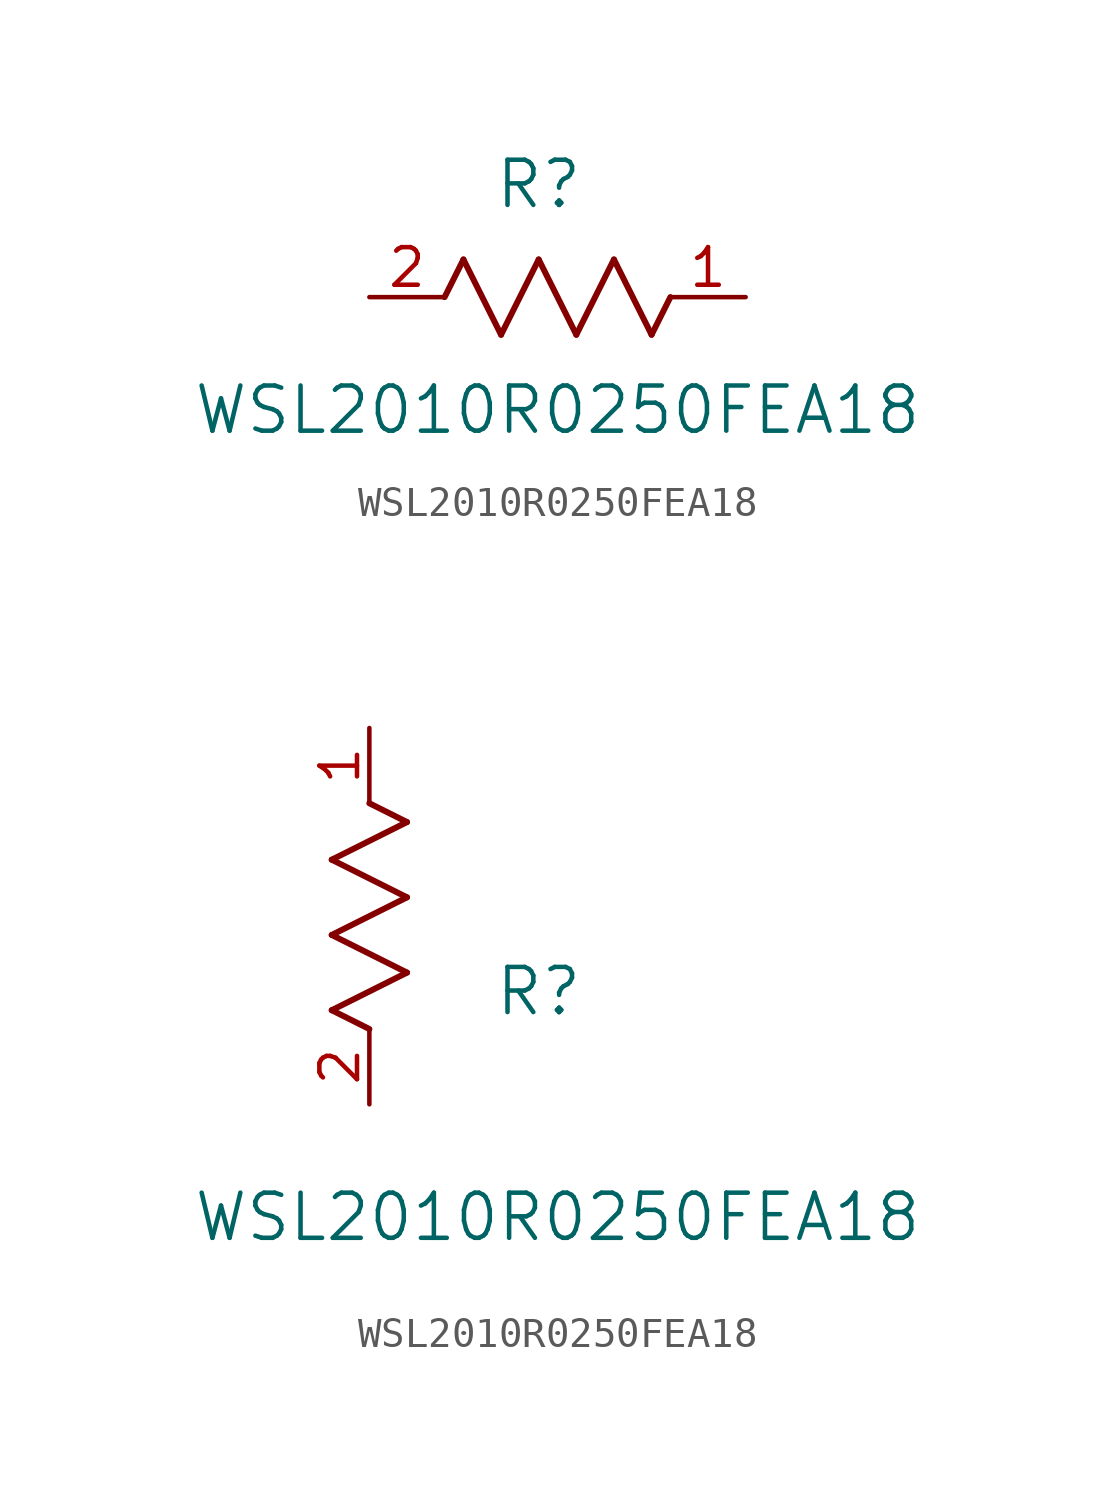
<source format=kicad_sym>
(kicad_symbol_lib
  (version 20211014)
  (generator kicad_symbol_editor)
  (symbol "WSL2010R0250FEA18"
    (pin_names
      (offset 0.254))
    (property "Reference" "R"
      (at 5.715 3.81 0)
      (effects (font (size 1.524 1.524))))
    (property "Value" "WSL2010R0250FEA18"
      (at 6.35 -3.81 0)
      (effects (font (size 1.524 1.524))))
    (symbol "WSL2010R0250FEA18_1_1"
      (polyline (pts (xy 3.175 1.27) (xy 4.445 -1.27)) (stroke (width 0.203) (type default) (color 0 0 0 0)) (fill (type none)))
      (polyline (pts (xy 4.445 -1.27) (xy 5.715 1.27)) (stroke (width 0.203) (type default) (color 0 0 0 0)) (fill (type none)))
      (polyline (pts (xy 5.715 1.27) (xy 6.985 -1.27)) (stroke (width 0.203) (type default) (color 0 0 0 0)) (fill (type none)))
      (polyline (pts (xy 6.985 -1.27) (xy 8.255 1.27)) (stroke (width 0.203) (type default) (color 0 0 0 0)) (fill (type none)))
      (polyline (pts (xy 8.255 1.27) (xy 9.525 -1.27)) (stroke (width 0.203) (type default) (color 0 0 0 0)) (fill (type none)))
      (polyline (pts (xy 2.54 0) (xy 3.175 1.27)) (stroke (width 0.203) (type default) (color 0 0 0 0)) (fill (type none)))
      (polyline (pts (xy 9.525 -1.27) (xy 10.16 0)) (stroke (width 0.203) (type default) (color 0 0 0 0)) (fill (type none)))
      (pin unspecified line (at 12.7 0 180) (length 2.54) (name "" (effects (font (size 1.27 1.27)))) (number "1" (effects (font (size 1.27 1.27)))))
      (pin unspecified line (at 0 0 0) (length 2.54) (name "" (effects (font (size 1.27 1.27)))) (number "2" (effects (font (size 1.27 1.27))))))
    (symbol "WSL2010R0250FEA18_1_2"
      (polyline (pts (xy 0 2.54) (xy -1.27 3.175)) (stroke (width 0.203) (type default) (color 0 0 0 0)) (fill (type none)))
      (polyline (pts (xy -1.27 3.175) (xy 1.27 4.445)) (stroke (width 0.203) (type default) (color 0 0 0 0)) (fill (type none)))
      (polyline (pts (xy 1.27 4.445) (xy -1.27 5.715)) (stroke (width 0.203) (type default) (color 0 0 0 0)) (fill (type none)))
      (polyline (pts (xy -1.27 5.715) (xy 1.27 6.985)) (stroke (width 0.203) (type default) (color 0 0 0 0)) (fill (type none)))
      (polyline (pts (xy -1.27 8.255) (xy 1.27 9.525)) (stroke (width 0.203) (type default) (color 0 0 0 0)) (fill (type none)))
      (polyline (pts (xy 1.27 9.525) (xy 0 10.16)) (stroke (width 0.203) (type default) (color 0 0 0 0)) (fill (type none)))
      (polyline (pts (xy 1.27 6.985) (xy -1.27 8.255)) (stroke (width 0.203) (type default) (color 0 0 0 0)) (fill (type none)))
      (pin unspecified line (at 0 12.7 270) (length 2.54) (name "" (effects (font (size 1.27 1.27)))) (number "1" (effects (font (size 1.27 1.27)))))
      (pin unspecified line (at 0 0 90) (length 2.54) (name "" (effects (font (size 1.27 1.27)))) (number "2" (effects (font (size 1.27 1.27))))))))
</source>
